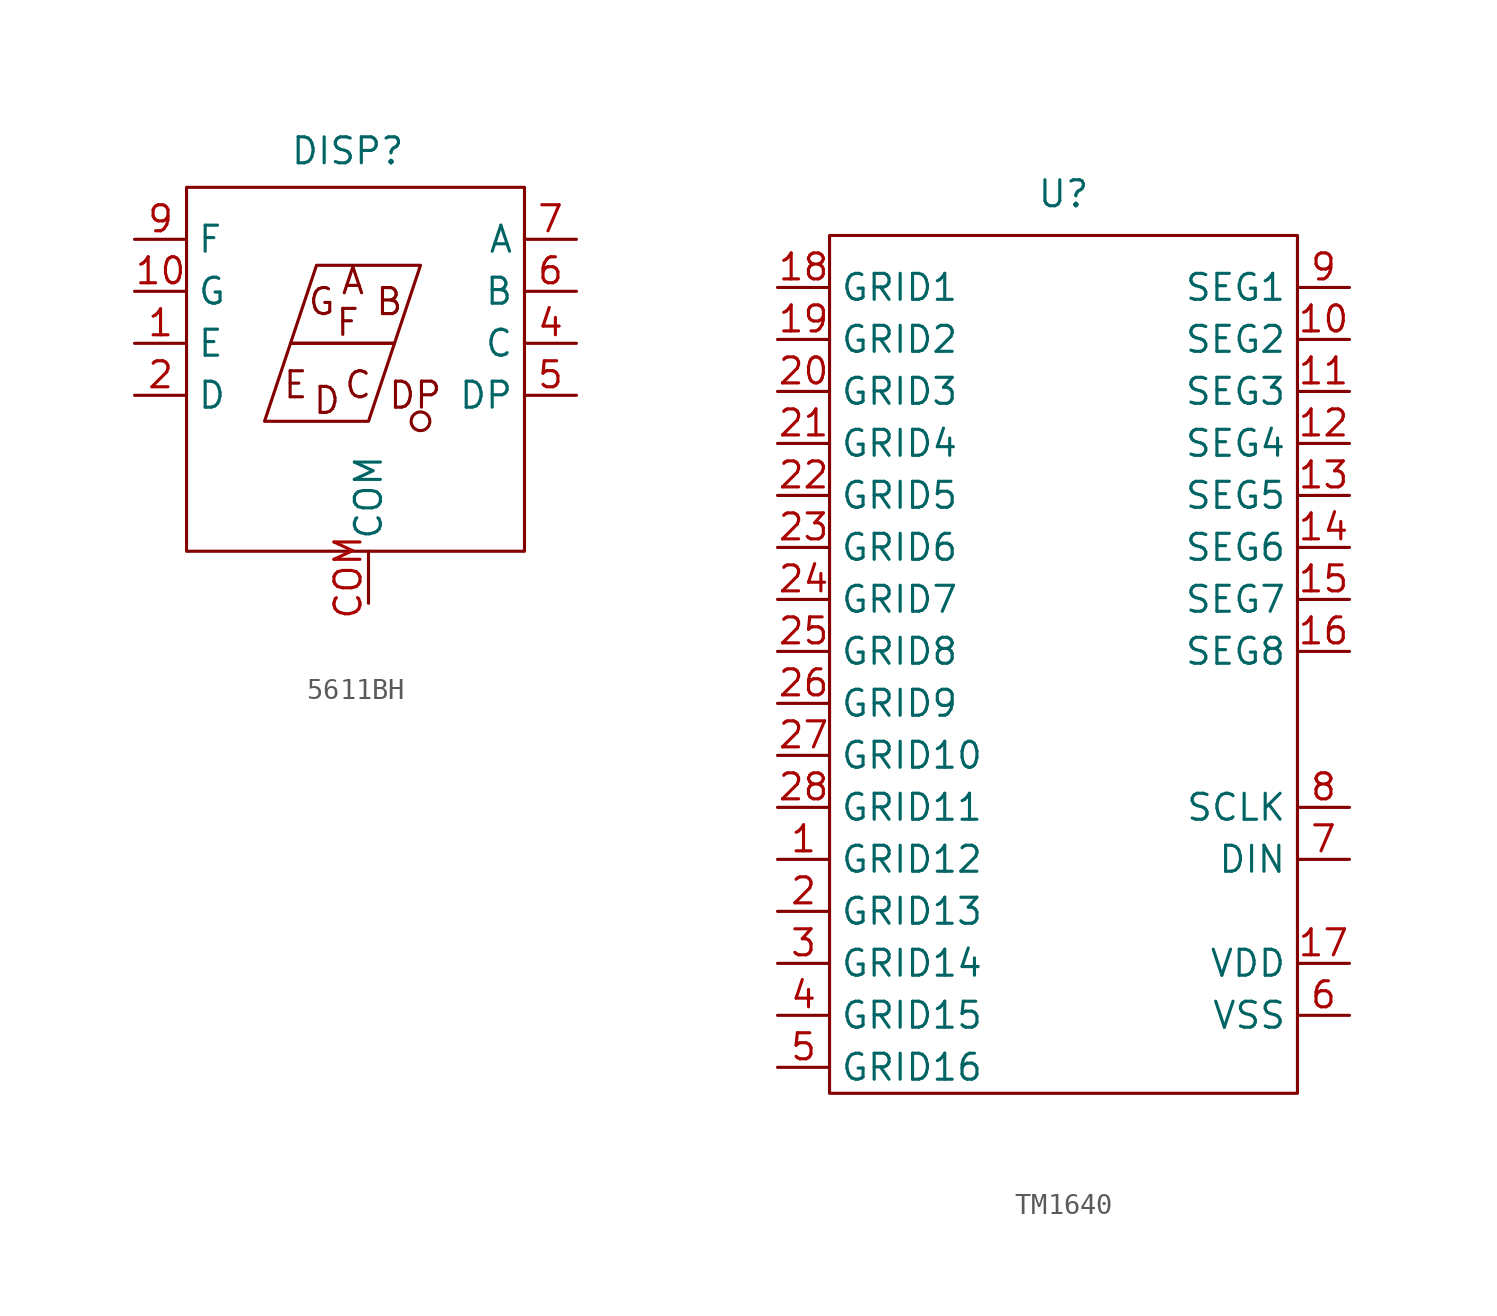
<source format=kicad_sym>
(kicad_symbol_lib
  (version 20241209)
  (generator "kicad_symbol_editor")
  (generator_version "9.0")
  (symbol "5611BH"
    (property "Reference" "DISP"
      (at 0.254 9.398 0)
      (effects (font (size 1.27 1.27))))
    (property "Value" ""
      (at 0 0 0)
      (effects (font (size 1.27 1.27))))
    (symbol "5611BH_0_1"
      (rectangle (start -7.62 7.62) (end 8.89 -10.16) (stroke (width 0) (type default)) (fill (type none)))
      (polyline (pts (xy -2.54 0) (xy -3.81 -3.81) (xy 1.27 -3.81) (xy 2.54 0) (xy -2.54 0)) (stroke (width 0) (type default)) (fill (type none)))
      (polyline (pts (xy -1.27 3.81) (xy -2.54 0) (xy 2.54 0) (xy 3.81 3.81) (xy -1.27 3.81)) (stroke (width 0) (type default)) (fill (type none)))
      (circle (center 3.81 -3.81) (radius 0.457) (stroke (width 0) (type default)) (fill (type none))))
    (symbol "5611BH_1_1"
      (text "E" (at -2.286 -2.032 0) (effects (font (size 1.27 1.27))))
      (text "G" (at -1.016 2.032 0) (effects (font (size 1.27 1.27))))
      (text "D" (at -0.762 -2.794 0) (effects (font (size 1.27 1.27))))
      (text "F" (at 0.254 1.016 0) (effects (font (size 1.27 1.27))))
      (text "A" (at 0.508 3.048 0) (effects (font (size 1.27 1.27))))
      (text "C\n" (at 0.762 -2.032 0) (effects (font (size 1.27 1.27))))
      (text "B\n" (at 2.286 2.032 0) (effects (font (size 1.27 1.27))))
      (text "DP" (at 3.556 -2.54 0) (effects (font (size 1.27 1.27))))
      (pin input line (at -10.16 5.08 0) (length 2.54) (name "F" (effects (font (size 1.27 1.27)))) (number "9" (effects (font (size 1.27 1.27)))))
      (pin input line (at -10.16 2.54 0) (length 2.54) (name "G" (effects (font (size 1.27 1.27)))) (number "10" (effects (font (size 1.27 1.27)))))
      (pin input line (at -10.16 0 0) (length 2.54) (name "E" (effects (font (size 1.27 1.27)))) (number "1" (effects (font (size 1.27 1.27)))))
      (pin input line (at -10.16 -2.54 0) (length 2.54) (name "D" (effects (font (size 1.27 1.27)))) (number "2" (effects (font (size 1.27 1.27)))))
      (pin input line (at 1.27 -12.7 90) (length 2.54) (name "COM" (effects (font (size 1.27 1.27)))) (number "COM" (effects (font (size 1.27 1.27)))))
      (pin input line (at 11.43 5.08 180) (length 2.54) (name "A" (effects (font (size 1.27 1.27)))) (number "7" (effects (font (size 1.27 1.27)))))
      (pin input line (at 11.43 2.54 180) (length 2.54) (name "B" (effects (font (size 1.27 1.27)))) (number "6" (effects (font (size 1.27 1.27)))))
      (pin input line (at 11.43 0 180) (length 2.54) (name "C" (effects (font (size 1.27 1.27)))) (number "4" (effects (font (size 1.27 1.27)))))
      (pin input line (at 11.43 -2.54 180) (length 2.54) (name "DP" (effects (font (size 1.27 1.27)))) (number "5" (effects (font (size 1.27 1.27)))))))
  (symbol "TM1640"
    (property "Reference" "U"
      (at 0 22.352 0)
      (effects (font (size 1.27 1.27))))
    (property "Value" ""
      (at 0 0 0)
      (effects (font (size 1.27 1.27))))
    (symbol "TM1640_0_1"
      (rectangle (start -11.43 20.32) (end 11.43 -21.59) (stroke (width 0) (type default)) (fill (type none))))
    (symbol "TM1640_1_1"
      (pin output line (at -13.97 17.78 0) (length 2.54) (name "GRID1" (effects (font (size 1.27 1.27)))) (number "18" (effects (font (size 1.27 1.27)))))
      (pin output line (at -13.97 15.24 0) (length 2.54) (name "GRID2" (effects (font (size 1.27 1.27)))) (number "19" (effects (font (size 1.27 1.27)))))
      (pin output line (at -13.97 12.7 0) (length 2.54) (name "GRID3" (effects (font (size 1.27 1.27)))) (number "20" (effects (font (size 1.27 1.27)))))
      (pin output line (at -13.97 10.16 0) (length 2.54) (name "GRID4" (effects (font (size 1.27 1.27)))) (number "21" (effects (font (size 1.27 1.27)))))
      (pin output line (at -13.97 7.62 0) (length 2.54) (name "GRID5" (effects (font (size 1.27 1.27)))) (number "22" (effects (font (size 1.27 1.27)))))
      (pin output line (at -13.97 5.08 0) (length 2.54) (name "GRID6" (effects (font (size 1.27 1.27)))) (number "23" (effects (font (size 1.27 1.27)))))
      (pin output line (at -13.97 2.54 0) (length 2.54) (name "GRID7" (effects (font (size 1.27 1.27)))) (number "24" (effects (font (size 1.27 1.27)))))
      (pin output line (at -13.97 0 0) (length 2.54) (name "GRID8" (effects (font (size 1.27 1.27)))) (number "25" (effects (font (size 1.27 1.27)))))
      (pin output line (at -13.97 -2.54 0) (length 2.54) (name "GRID9" (effects (font (size 1.27 1.27)))) (number "26" (effects (font (size 1.27 1.27)))))
      (pin output line (at -13.97 -5.08 0) (length 2.54) (name "GRID10" (effects (font (size 1.27 1.27)))) (number "27" (effects (font (size 1.27 1.27)))))
      (pin output line (at -13.97 -7.62 0) (length 2.54) (name "GRID11" (effects (font (size 1.27 1.27)))) (number "28" (effects (font (size 1.27 1.27)))))
      (pin output line (at -13.97 -10.16 0) (length 2.54) (name "GRID12" (effects (font (size 1.27 1.27)))) (number "1" (effects (font (size 1.27 1.27)))))
      (pin output line (at -13.97 -12.7 0) (length 2.54) (name "GRID13" (effects (font (size 1.27 1.27)))) (number "2" (effects (font (size 1.27 1.27)))))
      (pin output line (at -13.97 -15.24 0) (length 2.54) (name "GRID14" (effects (font (size 1.27 1.27)))) (number "3" (effects (font (size 1.27 1.27)))))
      (pin output line (at -13.97 -17.78 0) (length 2.54) (name "GRID15" (effects (font (size 1.27 1.27)))) (number "4" (effects (font (size 1.27 1.27)))))
      (pin output line (at -13.97 -20.32 0) (length 2.54) (name "GRID16" (effects (font (size 1.27 1.27)))) (number "5" (effects (font (size 1.27 1.27)))))
      (pin output line (at 13.97 17.78 180) (length 2.54) (name "SEG1" (effects (font (size 1.27 1.27)))) (number "9" (effects (font (size 1.27 1.27)))))
      (pin output line (at 13.97 15.24 180) (length 2.54) (name "SEG2" (effects (font (size 1.27 1.27)))) (number "10" (effects (font (size 1.27 1.27)))))
      (pin output line (at 13.97 12.7 180) (length 2.54) (name "SEG3" (effects (font (size 1.27 1.27)))) (number "11" (effects (font (size 1.27 1.27)))))
      (pin output line (at 13.97 10.16 180) (length 2.54) (name "SEG4" (effects (font (size 1.27 1.27)))) (number "12" (effects (font (size 1.27 1.27)))))
      (pin output line (at 13.97 7.62 180) (length 2.54) (name "SEG5" (effects (font (size 1.27 1.27)))) (number "13" (effects (font (size 1.27 1.27)))))
      (pin output line (at 13.97 5.08 180) (length 2.54) (name "SEG6" (effects (font (size 1.27 1.27)))) (number "14" (effects (font (size 1.27 1.27)))))
      (pin output line (at 13.97 2.54 180) (length 2.54) (name "SEG7" (effects (font (size 1.27 1.27)))) (number "15" (effects (font (size 1.27 1.27)))))
      (pin output line (at 13.97 0 180) (length 2.54) (name "SEG8" (effects (font (size 1.27 1.27)))) (number "16" (effects (font (size 1.27 1.27)))))
      (pin input line (at 13.97 -7.62 180) (length 2.54) (name "SCLK" (effects (font (size 1.27 1.27)))) (number "8" (effects (font (size 1.27 1.27)))))
      (pin input line (at 13.97 -10.16 180) (length 2.54) (name "DIN" (effects (font (size 1.27 1.27)))) (number "7" (effects (font (size 1.27 1.27)))))
      (pin power_in line (at 13.97 -15.24 180) (length 2.54) (name "VDD" (effects (font (size 1.27 1.27)))) (number "17" (effects (font (size 1.27 1.27)))))
      (pin power_in line (at 13.97 -17.78 180) (length 2.54) (name "VSS" (effects (font (size 1.27 1.27)))) (number "6" (effects (font (size 1.27 1.27))))))))
</source>
